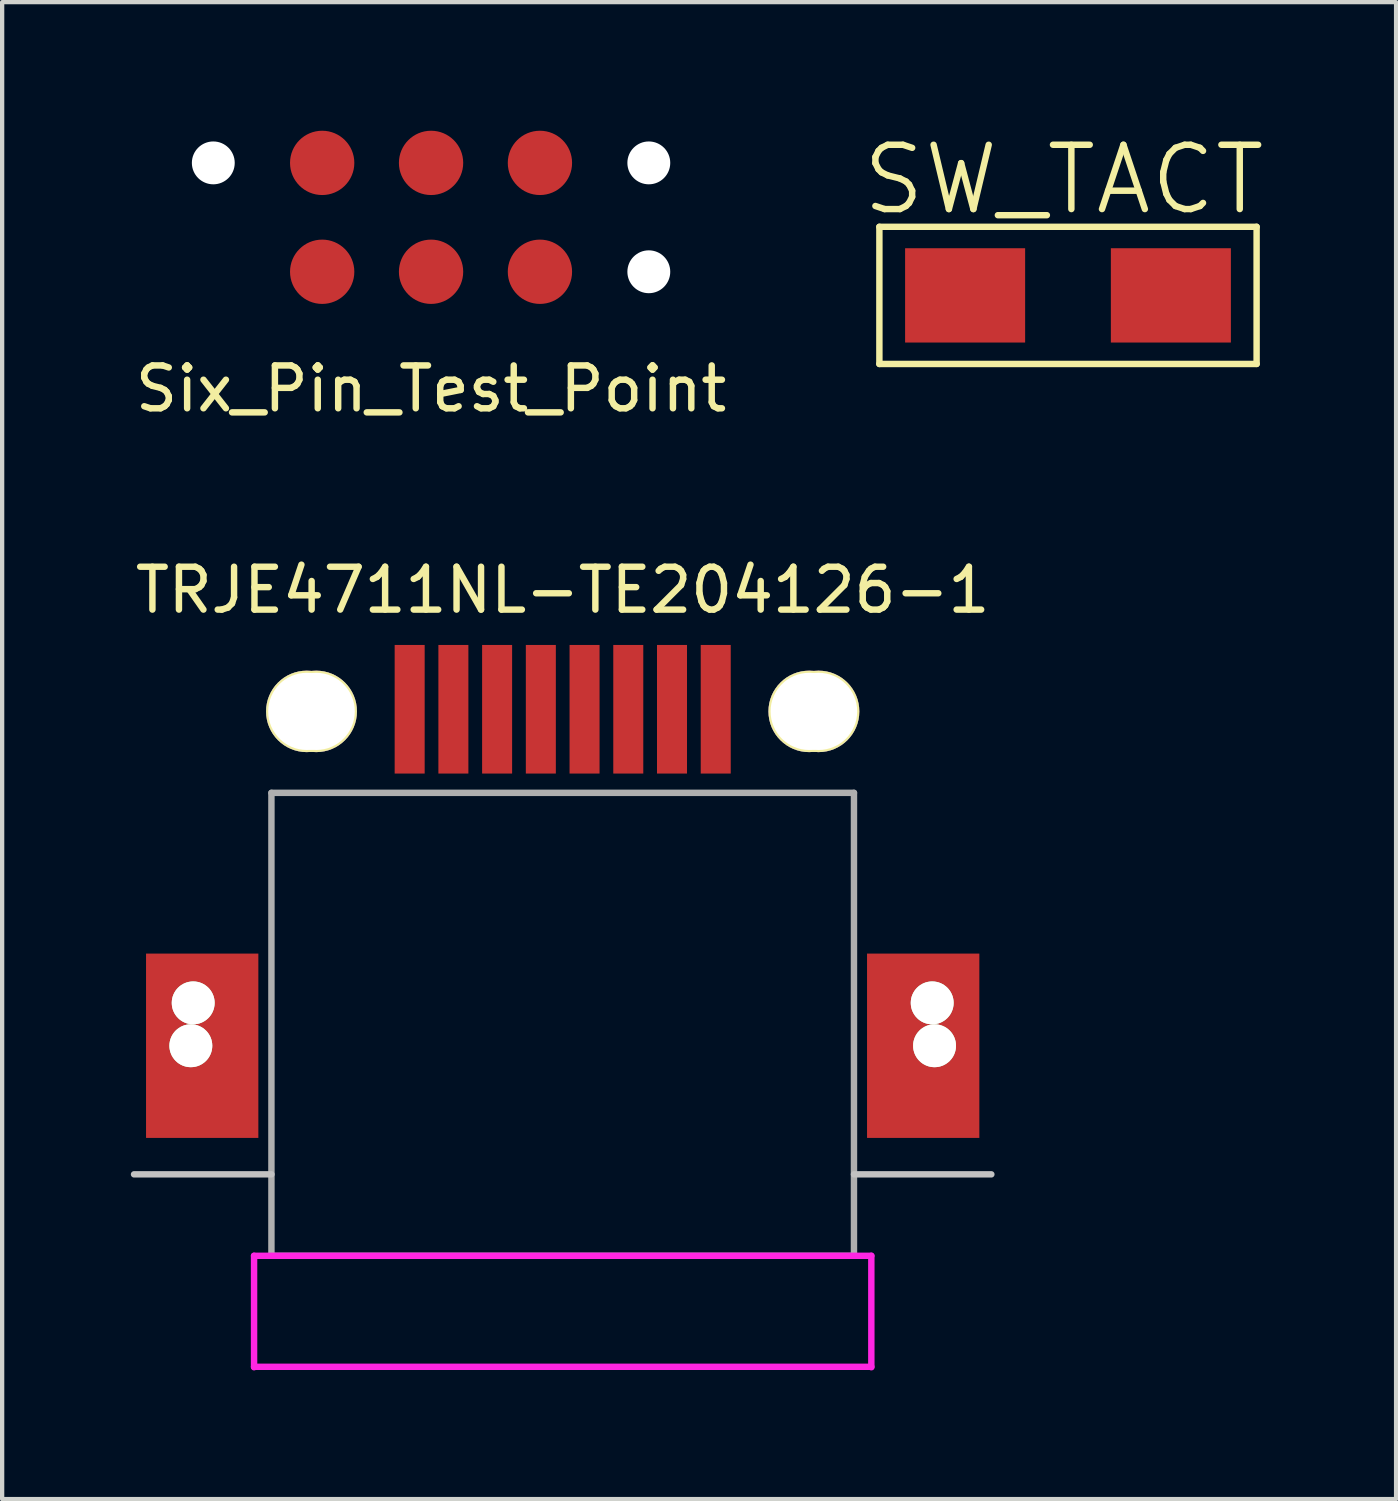
<source format=kicad_pcb>
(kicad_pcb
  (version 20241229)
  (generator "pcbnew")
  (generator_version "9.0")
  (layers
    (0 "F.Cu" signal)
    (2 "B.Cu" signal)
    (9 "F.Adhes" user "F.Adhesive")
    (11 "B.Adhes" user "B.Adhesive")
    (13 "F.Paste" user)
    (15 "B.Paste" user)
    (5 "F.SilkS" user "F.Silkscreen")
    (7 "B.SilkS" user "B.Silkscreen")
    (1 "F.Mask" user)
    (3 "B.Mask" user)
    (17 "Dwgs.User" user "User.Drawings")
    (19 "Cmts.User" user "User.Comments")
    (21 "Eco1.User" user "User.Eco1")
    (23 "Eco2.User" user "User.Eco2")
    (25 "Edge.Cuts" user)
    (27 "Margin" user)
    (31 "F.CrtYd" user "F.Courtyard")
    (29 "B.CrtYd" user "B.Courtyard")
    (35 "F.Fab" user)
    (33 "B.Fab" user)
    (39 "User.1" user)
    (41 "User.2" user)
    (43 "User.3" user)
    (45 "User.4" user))
  (footprint "SW_TACT"
    (layer "F.Cu")
    (at 21.865 3.841)
    (property "Reference" "SW_TACT" (at -0.1 -2.7 0) (layer "F.SilkS") (effects (font (size 1.5 1.5) (thickness 0.15))))
    (attr through_hole)
    (fp_line (start -4.4 -1.6) (end 4.4 -1.6) (stroke (width 0.15) (type solid)) (layer "F.SilkS"))
    (fp_line (start -4.4 1.6) (end -4.4 -1.6) (stroke (width 0.15) (type solid)) (layer "F.SilkS"))
    (fp_line (start 4.4 -1.6) (end 4.4 1.6) (stroke (width 0.15) (type solid)) (layer "F.SilkS"))
    (fp_line (start 4.4 1.6) (end -4.4 1.6) (stroke (width 0.15) (type solid)) (layer "F.SilkS"))
    (pad "1" smd rect (at -2.4 0) (size 2.8 2.2) (layers "F.Cu" "F.Mask" "F.Paste"))
    (pad "2" smd rect (at 2.4 0) (size 2.8 2.2) (layers "F.Cu" "F.Mask" "F.Paste")))
  (footprint "Six_Pin_Test_Point"
    (layer "F.Cu")
    (at 7.006 2.02)
    (property "Reference" "Six_Pin_Test_Point" (at 0 4 0) (layer "F.SilkS") (effects (font (size 1 1) (thickness 0.15))))
    (attr through_hole)
    (pad "" np_thru_hole circle (at -5.08 -1.27) (size 1 1) (drill 1) (layers "*.Cu"))
    (pad "" np_thru_hole circle (at 5.08 -1.27) (size 1 1) (drill 1) (layers "*.Cu"))
    (pad "" np_thru_hole circle (at 5.08 1.27) (size 1 1) (drill 1) (layers "*.Cu"))
    (pad "1" smd circle (at -2.54 -1.27) (size 1.5 1.5) (layers "F.Cu" "F.Mask" "F.Paste"))
    (pad "2" smd circle (at -2.54 1.27) (size 1.5 1.5) (layers "F.Cu" "F.Mask" "F.Paste"))
    (pad "3" smd circle (at 0 -1.27) (size 1.5 1.5) (layers "F.Cu" "F.Mask" "F.Paste"))
    (pad "4" smd circle (at 0 1.27) (size 1.5 1.5) (layers "F.Cu" "F.Mask" "F.Paste"))
    (pad "5" smd circle (at 2.54 -1.27) (size 1.5 1.5) (layers "F.Cu" "F.Mask" "F.Paste"))
    (pad "6" smd circle (at 2.54 1.27) (size 1.5 1.5) (layers "F.Cu" "F.Mask" "F.Paste")))
  (footprint "TRJE4711NL-TE204126-1"
    (layer "F.Cu")
    (at 10.077 13.546)
    (property "Reference" "TRJE4711NL-TE204126-1" (at 0 -2.83 0) (layer "F.SilkS") (effects (font (size 1 1) (thickness 0.15))))
    (attr through_hole)
    (fp_line (start -6.795 10.8) (end -10 10.8) (stroke (width 0.15) (type solid)) (layer "Dwgs.User"))
    (fp_line (start 6.795 10.8) (end 10 10.8) (stroke (width 0.15) (type solid)) (layer "Dwgs.User"))
    (fp_line (start -7.2 12.7) (end -7.2 15.3) (stroke (width 0.15) (type solid)) (layer "F.CrtYd"))
    (fp_line (start -7.2 12.7) (end 7.2 12.7) (stroke (width 0.15) (type solid)) (layer "F.CrtYd"))
    (fp_line (start -7.2 15.29) (end 7.2 15.29) (stroke (width 0.15) (type solid)) (layer "F.CrtYd"))
    (fp_line (start 7.2 12.7) (end 7.2 15.3) (stroke (width 0.15) (type solid)) (layer "F.CrtYd"))
    (fp_line (start -6.795 1.9) (end -6.795 12.7) (stroke (width 0.15) (type solid)) (layer "F.Fab"))
    (fp_line (start -6.795 1.9) (end 6.795 1.9) (stroke (width 0.15) (type solid)) (layer "F.Fab"))
    (fp_line (start -6.795 12.7) (end 6.795 12.7) (stroke (width 0.15) (type solid)) (layer "F.Fab"))
    (fp_line (start 6.795 1.9) (end 6.795 12.7) (stroke (width 0.15) (type solid)) (layer "F.Fab"))
    (pad "" thru_hole circle (at -8.675 7.8) (size 1 1) (drill 1) (layers "*.Cu" "*.Mask" "F.SilkS"))
    (pad "" thru_hole circle (at -8.62 6.8) (size 1 1) (drill 1) (layers "*.Cu" "*.Mask" "F.SilkS"))
    (pad "" smd rect (at -8.41 7.8) (size 2.62 4.3) (layers "F.Cu" "F.Mask" "F.Paste"))
    (pad "" np_thru_hole circle (at -5.97 0) (size 1.9 1.9) (drill 1.8) (layers "*.Cu" "*.Mask" "F.SilkS"))
    (pad "" np_thru_hole circle (at -5.75 0) (size 1.9 1.9) (drill 1.8) (layers "*.Cu" "*.Mask" "F.SilkS"))
    (pad "" np_thru_hole circle (at 5.75 0) (size 1.9 1.9) (drill 1.8) (layers "*.Cu" "*.Mask" "F.SilkS"))
    (pad "" np_thru_hole circle (at 5.97 0) (size 1.9 1.9) (drill 1.8) (layers "*.Cu" "*.Mask" "F.SilkS"))
    (pad "" smd rect (at 8.41 7.8) (size 2.62 4.3) (layers "F.Cu" "F.Mask" "F.Paste"))
    (pad "" thru_hole circle (at 8.62 6.8) (size 1 1) (drill 1) (layers "*.Cu" "*.Mask" "F.SilkS"))
    (pad "" thru_hole circle (at 8.675 7.8) (size 1 1) (drill 1) (layers "*.Cu" "*.Mask" "F.SilkS"))
    (pad "1" smd rect (at -3.57 -0.05) (size 0.7 3) (layers "F.Cu" "F.Mask" "F.Paste"))
    (pad "2" smd rect (at -2.55 -0.05) (size 0.7 3) (layers "F.Cu" "F.Mask" "F.Paste"))
    (pad "3" smd rect (at -1.53 -0.05) (size 0.7 3) (layers "F.Cu" "F.Mask" "F.Paste"))
    (pad "4" smd rect (at -0.51 -0.05) (size 0.7 3) (layers "F.Cu" "F.Mask" "F.Paste"))
    (pad "5" smd rect (at 0.51 -0.05) (size 0.7 3) (layers "F.Cu" "F.Mask" "F.Paste"))
    (pad "6" smd rect (at 1.53 -0.05) (size 0.7 3) (layers "F.Cu" "F.Mask" "F.Paste"))
    (pad "7" smd rect (at 2.55 -0.05) (size 0.7 3) (layers "F.Cu" "F.Mask" "F.Paste"))
    (pad "8" smd rect (at 3.57 -0.05) (size 0.7 3) (layers "F.Cu" "F.Mask" "F.Paste")))
  (gr_rect
    (start -3 -3)
    (end 29.519 31.922)
    (stroke (width 0.1) (type default))
    (fill no)
    (layer "Edge.Cuts")))
</source>
